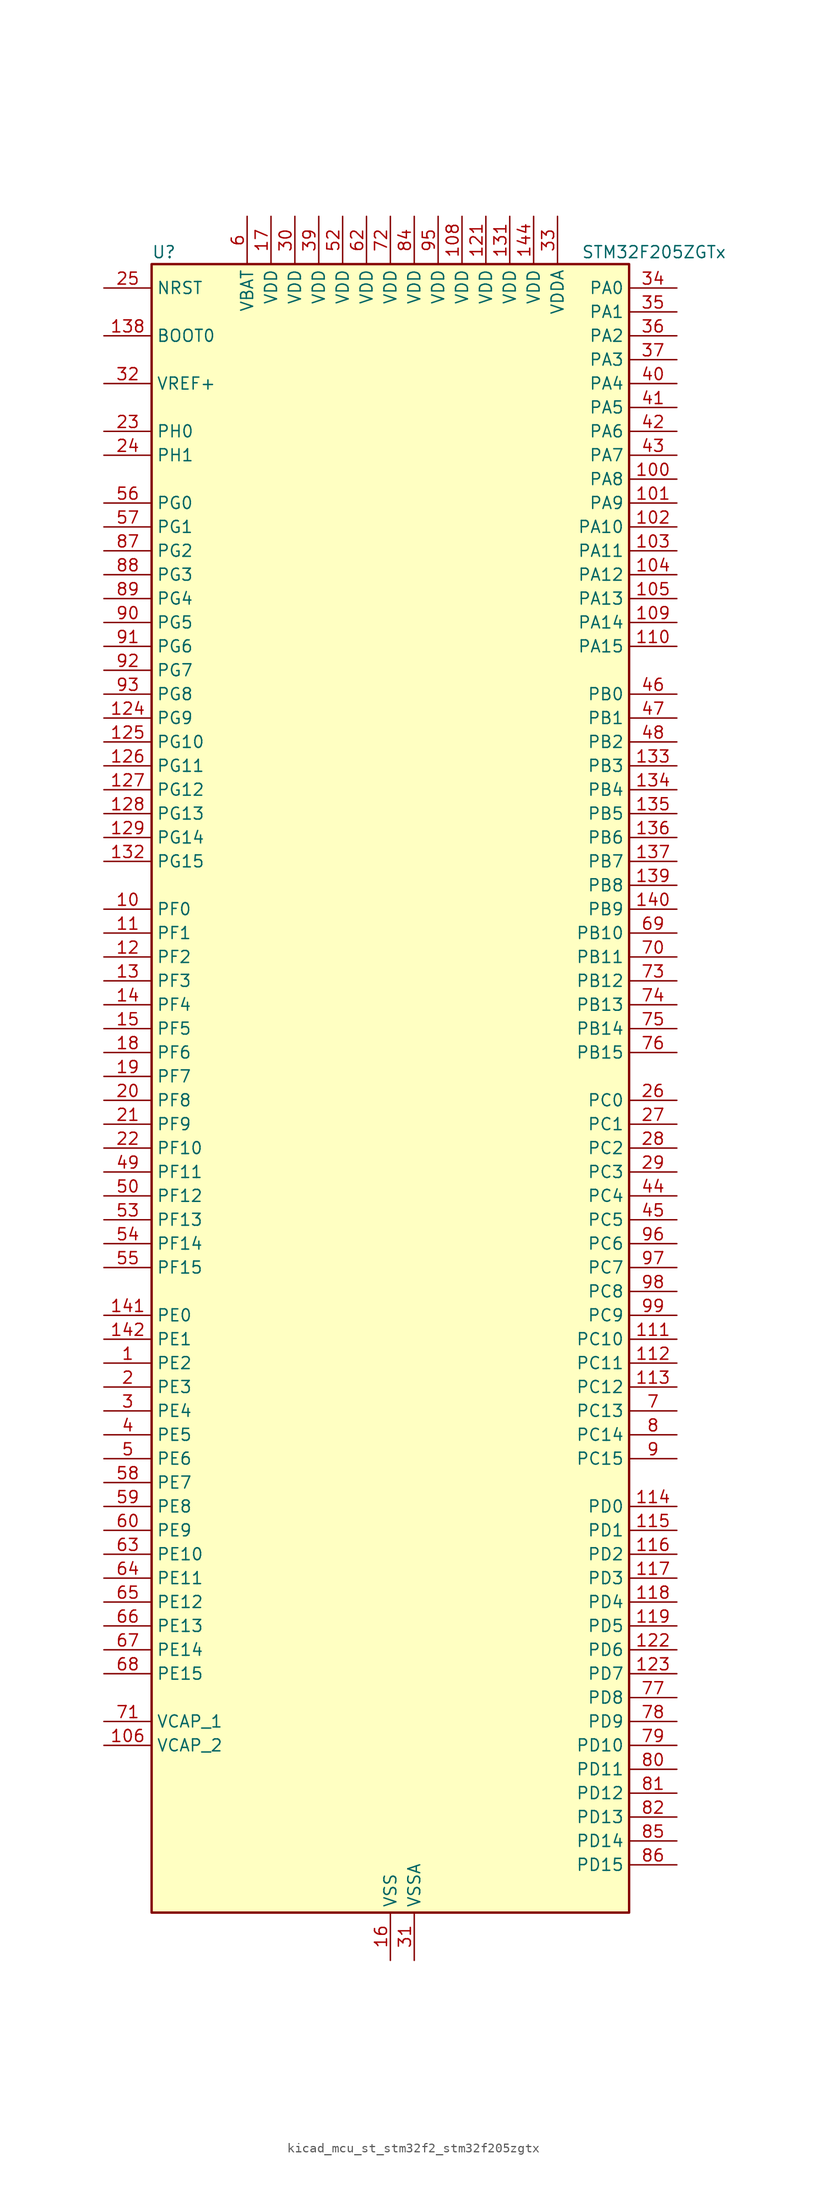
<source format=kicad_sym>
(kicad_symbol_lib
  (version 20220914)
  (generator kicad_symbol_editor)
  (symbol "kicad_mcu_st_stm32f2_stm32f205zgtx"
    (property "Reference" "U"
      (at -25.4 90.17 0)
      (effects (font (size 1.27 1.27)) (justify left)))
    (property "Value" "STM32F205ZGTx"
      (at 20.32 90.17 0)
      (effects (font (size 1.27 1.27)) (justify left)))
    (property "ki_locked" ""
      (at 0 0 0)
      (effects (font (size 1.27 1.27))))
    (symbol "kicad_mcu_st_stm32f2_stm32f205zgtx_0_1"
      (rectangle (start -25.4 -86.36) (end 25.4 88.9) (stroke (width 0.254) (type default)) (fill (type background))))
    (symbol "kicad_mcu_st_stm32f2_stm32f205zgtx_1_1"
      (pin bidirectional line (at -30.48 -27.94 0) (length 5.08) (name "PE2" (effects (font (size 1.27 1.27)))) (number "1" (effects (font (size 1.27 1.27)))) (alternate "FSMC_A23" bidirectional line) (alternate "SYS_TRACECLK" bidirectional line))
      (pin bidirectional line (at -30.48 20.32 0) (length 5.08) (name "PF0" (effects (font (size 1.27 1.27)))) (number "10" (effects (font (size 1.27 1.27)))) (alternate "FSMC_A0" bidirectional line) (alternate "I2C2_SDA" bidirectional line))
      (pin bidirectional line (at 30.48 66.04 180) (length 5.08) (name "PA8" (effects (font (size 1.27 1.27)))) (number "100" (effects (font (size 1.27 1.27)))) (alternate "I2C3_SCL" bidirectional line) (alternate "RCC_MCO_1" bidirectional line) (alternate "TIM1_CH1" bidirectional line) (alternate "USART1_CK" bidirectional line) (alternate "USB_OTG_FS_SOF" bidirectional line))
      (pin bidirectional line (at 30.48 63.5 180) (length 5.08) (name "PA9" (effects (font (size 1.27 1.27)))) (number "101" (effects (font (size 1.27 1.27)))) (alternate "DAC_EXTI9" bidirectional line) (alternate "I2C3_SMBA" bidirectional line) (alternate "TIM1_CH2" bidirectional line) (alternate "USART1_TX" bidirectional line) (alternate "USB_OTG_FS_VBUS" bidirectional line))
      (pin bidirectional line (at 30.48 60.96 180) (length 5.08) (name "PA10" (effects (font (size 1.27 1.27)))) (number "102" (effects (font (size 1.27 1.27)))) (alternate "TIM1_CH3" bidirectional line) (alternate "USART1_RX" bidirectional line) (alternate "USB_OTG_FS_ID" bidirectional line))
      (pin bidirectional line (at 30.48 58.42 180) (length 5.08) (name "PA11" (effects (font (size 1.27 1.27)))) (number "103" (effects (font (size 1.27 1.27)))) (alternate "ADC1_EXTI11" bidirectional line) (alternate "ADC2_EXTI11" bidirectional line) (alternate "ADC3_EXTI11" bidirectional line) (alternate "CAN1_RX" bidirectional line) (alternate "TIM1_CH4" bidirectional line) (alternate "USART1_CTS" bidirectional line) (alternate "USB_OTG_FS_DM" bidirectional line))
      (pin bidirectional line (at 30.48 55.88 180) (length 5.08) (name "PA12" (effects (font (size 1.27 1.27)))) (number "104" (effects (font (size 1.27 1.27)))) (alternate "CAN1_TX" bidirectional line) (alternate "TIM1_ETR" bidirectional line) (alternate "USART1_RTS" bidirectional line) (alternate "USB_OTG_FS_DP" bidirectional line))
      (pin bidirectional line (at 30.48 53.34 180) (length 5.08) (name "PA13" (effects (font (size 1.27 1.27)))) (number "105" (effects (font (size 1.27 1.27)))) (alternate "SYS_JTMS-SWDIO" bidirectional line))
      (pin power_out line (at -30.48 -68.58 0) (length 5.08) (name "VCAP_2" (effects (font (size 1.27 1.27)))) (number "106" (effects (font (size 1.27 1.27)))))
      (pin passive line (at 0 -91.44 90) (length 5.08) hide (name "VSS" (effects (font (size 1.27 1.27)))) (number "107" (effects (font (size 1.27 1.27)))))
      (pin power_in line (at 7.62 93.98 270) (length 5.08) (name "VDD" (effects (font (size 1.27 1.27)))) (number "108" (effects (font (size 1.27 1.27)))))
      (pin bidirectional line (at 30.48 50.8 180) (length 5.08) (name "PA14" (effects (font (size 1.27 1.27)))) (number "109" (effects (font (size 1.27 1.27)))) (alternate "SYS_JTCK-SWCLK" bidirectional line))
      (pin bidirectional line (at -30.48 17.78 0) (length 5.08) (name "PF1" (effects (font (size 1.27 1.27)))) (number "11" (effects (font (size 1.27 1.27)))) (alternate "FSMC_A1" bidirectional line) (alternate "I2C2_SCL" bidirectional line))
      (pin bidirectional line (at 30.48 48.26 180) (length 5.08) (name "PA15" (effects (font (size 1.27 1.27)))) (number "110" (effects (font (size 1.27 1.27)))) (alternate "ADC1_EXTI15" bidirectional line) (alternate "ADC2_EXTI15" bidirectional line) (alternate "ADC3_EXTI15" bidirectional line) (alternate "I2S3_WS" bidirectional line) (alternate "SPI1_NSS" bidirectional line) (alternate "SPI3_NSS" bidirectional line) (alternate "SYS_JTDI" bidirectional line) (alternate "TIM2_CH1" bidirectional line) (alternate "TIM2_ETR" bidirectional line))
      (pin bidirectional line (at 30.48 -25.4 180) (length 5.08) (name "PC10" (effects (font (size 1.27 1.27)))) (number "111" (effects (font (size 1.27 1.27)))) (alternate "I2S3_SCK" bidirectional line) (alternate "SDIO_D2" bidirectional line) (alternate "SPI3_SCK" bidirectional line) (alternate "UART4_TX" bidirectional line) (alternate "USART3_TX" bidirectional line))
      (pin bidirectional line (at 30.48 -27.94 180) (length 5.08) (name "PC11" (effects (font (size 1.27 1.27)))) (number "112" (effects (font (size 1.27 1.27)))) (alternate "ADC1_EXTI11" bidirectional line) (alternate "ADC2_EXTI11" bidirectional line) (alternate "ADC3_EXTI11" bidirectional line) (alternate "SDIO_D3" bidirectional line) (alternate "SPI3_MISO" bidirectional line) (alternate "UART4_RX" bidirectional line) (alternate "USART3_RX" bidirectional line))
      (pin bidirectional line (at 30.48 -30.48 180) (length 5.08) (name "PC12" (effects (font (size 1.27 1.27)))) (number "113" (effects (font (size 1.27 1.27)))) (alternate "I2S3_SD" bidirectional line) (alternate "SDIO_CK" bidirectional line) (alternate "SPI3_MOSI" bidirectional line) (alternate "UART5_TX" bidirectional line) (alternate "USART3_CK" bidirectional line))
      (pin bidirectional line (at 30.48 -43.18 180) (length 5.08) (name "PD0" (effects (font (size 1.27 1.27)))) (number "114" (effects (font (size 1.27 1.27)))) (alternate "CAN1_RX" bidirectional line) (alternate "FSMC_D2" bidirectional line) (alternate "FSMC_DA2" bidirectional line))
      (pin bidirectional line (at 30.48 -45.72 180) (length 5.08) (name "PD1" (effects (font (size 1.27 1.27)))) (number "115" (effects (font (size 1.27 1.27)))) (alternate "CAN1_TX" bidirectional line) (alternate "FSMC_D3" bidirectional line) (alternate "FSMC_DA3" bidirectional line))
      (pin bidirectional line (at 30.48 -48.26 180) (length 5.08) (name "PD2" (effects (font (size 1.27 1.27)))) (number "116" (effects (font (size 1.27 1.27)))) (alternate "SDIO_CMD" bidirectional line) (alternate "TIM3_ETR" bidirectional line) (alternate "UART5_RX" bidirectional line))
      (pin bidirectional line (at 30.48 -50.8 180) (length 5.08) (name "PD3" (effects (font (size 1.27 1.27)))) (number "117" (effects (font (size 1.27 1.27)))) (alternate "FSMC_CLK" bidirectional line) (alternate "USART2_CTS" bidirectional line))
      (pin bidirectional line (at 30.48 -53.34 180) (length 5.08) (name "PD4" (effects (font (size 1.27 1.27)))) (number "118" (effects (font (size 1.27 1.27)))) (alternate "FSMC_NOE" bidirectional line) (alternate "USART2_RTS" bidirectional line))
      (pin bidirectional line (at 30.48 -55.88 180) (length 5.08) (name "PD5" (effects (font (size 1.27 1.27)))) (number "119" (effects (font (size 1.27 1.27)))) (alternate "FSMC_NWE" bidirectional line) (alternate "USART2_TX" bidirectional line))
      (pin bidirectional line (at -30.48 15.24 0) (length 5.08) (name "PF2" (effects (font (size 1.27 1.27)))) (number "12" (effects (font (size 1.27 1.27)))) (alternate "FSMC_A2" bidirectional line) (alternate "I2C2_SMBA" bidirectional line))
      (pin passive line (at 0 -91.44 90) (length 5.08) hide (name "VSS" (effects (font (size 1.27 1.27)))) (number "120" (effects (font (size 1.27 1.27)))))
      (pin power_in line (at 10.16 93.98 270) (length 5.08) (name "VDD" (effects (font (size 1.27 1.27)))) (number "121" (effects (font (size 1.27 1.27)))))
      (pin bidirectional line (at 30.48 -58.42 180) (length 5.08) (name "PD6" (effects (font (size 1.27 1.27)))) (number "122" (effects (font (size 1.27 1.27)))) (alternate "FSMC_NWAIT" bidirectional line) (alternate "USART2_RX" bidirectional line))
      (pin bidirectional line (at 30.48 -60.96 180) (length 5.08) (name "PD7" (effects (font (size 1.27 1.27)))) (number "123" (effects (font (size 1.27 1.27)))) (alternate "FSMC_NCE2" bidirectional line) (alternate "FSMC_NE1" bidirectional line) (alternate "USART2_CK" bidirectional line))
      (pin bidirectional line (at -30.48 40.64 0) (length 5.08) (name "PG9" (effects (font (size 1.27 1.27)))) (number "124" (effects (font (size 1.27 1.27)))) (alternate "DAC_EXTI9" bidirectional line) (alternate "FSMC_NCE3" bidirectional line) (alternate "FSMC_NE2" bidirectional line) (alternate "USART6_RX" bidirectional line))
      (pin bidirectional line (at -30.48 38.1 0) (length 5.08) (name "PG10" (effects (font (size 1.27 1.27)))) (number "125" (effects (font (size 1.27 1.27)))) (alternate "FSMC_NCE4_1" bidirectional line) (alternate "FSMC_NE3" bidirectional line))
      (pin bidirectional line (at -30.48 35.56 0) (length 5.08) (name "PG11" (effects (font (size 1.27 1.27)))) (number "126" (effects (font (size 1.27 1.27)))) (alternate "ADC1_EXTI11" bidirectional line) (alternate "ADC2_EXTI11" bidirectional line) (alternate "ADC3_EXTI11" bidirectional line) (alternate "FSMC_NCE4_2" bidirectional line))
      (pin bidirectional line (at -30.48 33.02 0) (length 5.08) (name "PG12" (effects (font (size 1.27 1.27)))) (number "127" (effects (font (size 1.27 1.27)))) (alternate "FSMC_NE4" bidirectional line) (alternate "USART6_RTS" bidirectional line))
      (pin bidirectional line (at -30.48 30.48 0) (length 5.08) (name "PG13" (effects (font (size 1.27 1.27)))) (number "128" (effects (font (size 1.27 1.27)))) (alternate "FSMC_A24" bidirectional line) (alternate "USART6_CTS" bidirectional line))
      (pin bidirectional line (at -30.48 27.94 0) (length 5.08) (name "PG14" (effects (font (size 1.27 1.27)))) (number "129" (effects (font (size 1.27 1.27)))) (alternate "FSMC_A25" bidirectional line) (alternate "USART6_TX" bidirectional line))
      (pin bidirectional line (at -30.48 12.7 0) (length 5.08) (name "PF3" (effects (font (size 1.27 1.27)))) (number "13" (effects (font (size 1.27 1.27)))) (alternate "ADC3_IN9" bidirectional line) (alternate "FSMC_A3" bidirectional line))
      (pin passive line (at 0 -91.44 90) (length 5.08) hide (name "VSS" (effects (font (size 1.27 1.27)))) (number "130" (effects (font (size 1.27 1.27)))))
      (pin power_in line (at 12.7 93.98 270) (length 5.08) (name "VDD" (effects (font (size 1.27 1.27)))) (number "131" (effects (font (size 1.27 1.27)))))
      (pin bidirectional line (at -30.48 25.4 0) (length 5.08) (name "PG15" (effects (font (size 1.27 1.27)))) (number "132" (effects (font (size 1.27 1.27)))) (alternate "ADC1_EXTI15" bidirectional line) (alternate "ADC2_EXTI15" bidirectional line) (alternate "ADC3_EXTI15" bidirectional line) (alternate "USART6_CTS" bidirectional line))
      (pin bidirectional line (at 30.48 35.56 180) (length 5.08) (name "PB3" (effects (font (size 1.27 1.27)))) (number "133" (effects (font (size 1.27 1.27)))) (alternate "I2S3_SCK" bidirectional line) (alternate "SPI1_SCK" bidirectional line) (alternate "SPI3_SCK" bidirectional line) (alternate "SYS_JTDO-SWO" bidirectional line) (alternate "TIM2_CH2" bidirectional line))
      (pin bidirectional line (at 30.48 33.02 180) (length 5.08) (name "PB4" (effects (font (size 1.27 1.27)))) (number "134" (effects (font (size 1.27 1.27)))) (alternate "SPI1_MISO" bidirectional line) (alternate "SPI3_MISO" bidirectional line) (alternate "SYS_JTRST" bidirectional line) (alternate "TIM3_CH1" bidirectional line))
      (pin bidirectional line (at 30.48 30.48 180) (length 5.08) (name "PB5" (effects (font (size 1.27 1.27)))) (number "135" (effects (font (size 1.27 1.27)))) (alternate "CAN2_RX" bidirectional line) (alternate "I2C1_SMBA" bidirectional line) (alternate "I2S3_SD" bidirectional line) (alternate "SPI1_MOSI" bidirectional line) (alternate "SPI3_MOSI" bidirectional line) (alternate "TIM3_CH2" bidirectional line) (alternate "USB_OTG_HS_ULPI_D7" bidirectional line))
      (pin bidirectional line (at 30.48 27.94 180) (length 5.08) (name "PB6" (effects (font (size 1.27 1.27)))) (number "136" (effects (font (size 1.27 1.27)))) (alternate "CAN2_TX" bidirectional line) (alternate "I2C1_SCL" bidirectional line) (alternate "TIM4_CH1" bidirectional line) (alternate "USART1_TX" bidirectional line))
      (pin bidirectional line (at 30.48 25.4 180) (length 5.08) (name "PB7" (effects (font (size 1.27 1.27)))) (number "137" (effects (font (size 1.27 1.27)))) (alternate "FSMC_NL" bidirectional line) (alternate "I2C1_SDA" bidirectional line) (alternate "TIM4_CH2" bidirectional line) (alternate "USART1_RX" bidirectional line))
      (pin input line (at -30.48 81.28 0) (length 5.08) (name "BOOT0" (effects (font (size 1.27 1.27)))) (number "138" (effects (font (size 1.27 1.27)))))
      (pin bidirectional line (at 30.48 22.86 180) (length 5.08) (name "PB8" (effects (font (size 1.27 1.27)))) (number "139" (effects (font (size 1.27 1.27)))) (alternate "CAN1_RX" bidirectional line) (alternate "I2C1_SCL" bidirectional line) (alternate "SDIO_D4" bidirectional line) (alternate "TIM10_CH1" bidirectional line) (alternate "TIM4_CH3" bidirectional line))
      (pin bidirectional line (at -30.48 10.16 0) (length 5.08) (name "PF4" (effects (font (size 1.27 1.27)))) (number "14" (effects (font (size 1.27 1.27)))) (alternate "ADC3_IN14" bidirectional line) (alternate "FSMC_A4" bidirectional line))
      (pin bidirectional line (at 30.48 20.32 180) (length 5.08) (name "PB9" (effects (font (size 1.27 1.27)))) (number "140" (effects (font (size 1.27 1.27)))) (alternate "CAN1_TX" bidirectional line) (alternate "DAC_EXTI9" bidirectional line) (alternate "I2C1_SDA" bidirectional line) (alternate "I2S2_WS" bidirectional line) (alternate "SDIO_D5" bidirectional line) (alternate "SPI2_NSS" bidirectional line) (alternate "TIM11_CH1" bidirectional line) (alternate "TIM4_CH4" bidirectional line))
      (pin bidirectional line (at -30.48 -22.86 0) (length 5.08) (name "PE0" (effects (font (size 1.27 1.27)))) (number "141" (effects (font (size 1.27 1.27)))) (alternate "FSMC_NBL0" bidirectional line) (alternate "TIM4_ETR" bidirectional line))
      (pin bidirectional line (at -30.48 -25.4 0) (length 5.08) (name "PE1" (effects (font (size 1.27 1.27)))) (number "142" (effects (font (size 1.27 1.27)))) (alternate "FSMC_NBL1" bidirectional line))
      (pin no_connect line (at -25.4 -86.36 0) (length 5.08) hide (name "RFU" (effects (font (size 1.27 1.27)))) (number "143" (effects (font (size 1.27 1.27)))))
      (pin power_in line (at 15.24 93.98 270) (length 5.08) (name "VDD" (effects (font (size 1.27 1.27)))) (number "144" (effects (font (size 1.27 1.27)))))
      (pin bidirectional line (at -30.48 7.62 0) (length 5.08) (name "PF5" (effects (font (size 1.27 1.27)))) (number "15" (effects (font (size 1.27 1.27)))) (alternate "ADC3_IN15" bidirectional line) (alternate "FSMC_A5" bidirectional line))
      (pin power_in line (at 0 -91.44 90) (length 5.08) (name "VSS" (effects (font (size 1.27 1.27)))) (number "16" (effects (font (size 1.27 1.27)))))
      (pin power_in line (at -12.7 93.98 270) (length 5.08) (name "VDD" (effects (font (size 1.27 1.27)))) (number "17" (effects (font (size 1.27 1.27)))))
      (pin bidirectional line (at -30.48 5.08 0) (length 5.08) (name "PF6" (effects (font (size 1.27 1.27)))) (number "18" (effects (font (size 1.27 1.27)))) (alternate "ADC3_IN4" bidirectional line) (alternate "FSMC_NIORD" bidirectional line) (alternate "TIM10_CH1" bidirectional line))
      (pin bidirectional line (at -30.48 2.54 0) (length 5.08) (name "PF7" (effects (font (size 1.27 1.27)))) (number "19" (effects (font (size 1.27 1.27)))) (alternate "ADC3_IN5" bidirectional line) (alternate "FSMC_NREG" bidirectional line) (alternate "TIM11_CH1" bidirectional line))
      (pin bidirectional line (at -30.48 -30.48 0) (length 5.08) (name "PE3" (effects (font (size 1.27 1.27)))) (number "2" (effects (font (size 1.27 1.27)))) (alternate "FSMC_A19" bidirectional line) (alternate "SYS_TRACED0" bidirectional line))
      (pin bidirectional line (at -30.48 0 0) (length 5.08) (name "PF8" (effects (font (size 1.27 1.27)))) (number "20" (effects (font (size 1.27 1.27)))) (alternate "ADC3_IN6" bidirectional line) (alternate "FSMC_NIOWR" bidirectional line) (alternate "TIM13_CH1" bidirectional line))
      (pin bidirectional line (at -30.48 -2.54 0) (length 5.08) (name "PF9" (effects (font (size 1.27 1.27)))) (number "21" (effects (font (size 1.27 1.27)))) (alternate "ADC3_IN7" bidirectional line) (alternate "DAC_EXTI9" bidirectional line) (alternate "FSMC_CD" bidirectional line) (alternate "TIM14_CH1" bidirectional line))
      (pin bidirectional line (at -30.48 -5.08 0) (length 5.08) (name "PF10" (effects (font (size 1.27 1.27)))) (number "22" (effects (font (size 1.27 1.27)))) (alternate "ADC3_IN8" bidirectional line) (alternate "FSMC_INTR" bidirectional line))
      (pin bidirectional line (at -30.48 71.12 0) (length 5.08) (name "PH0" (effects (font (size 1.27 1.27)))) (number "23" (effects (font (size 1.27 1.27)))) (alternate "RCC_OSC_IN" bidirectional line))
      (pin bidirectional line (at -30.48 68.58 0) (length 5.08) (name "PH1" (effects (font (size 1.27 1.27)))) (number "24" (effects (font (size 1.27 1.27)))) (alternate "RCC_OSC_OUT" bidirectional line))
      (pin input line (at -30.48 86.36 0) (length 5.08) (name "NRST" (effects (font (size 1.27 1.27)))) (number "25" (effects (font (size 1.27 1.27)))))
      (pin bidirectional line (at 30.48 0 180) (length 5.08) (name "PC0" (effects (font (size 1.27 1.27)))) (number "26" (effects (font (size 1.27 1.27)))) (alternate "ADC1_IN10" bidirectional line) (alternate "ADC2_IN10" bidirectional line) (alternate "ADC3_IN10" bidirectional line) (alternate "USB_OTG_HS_ULPI_STP" bidirectional line))
      (pin bidirectional line (at 30.48 -2.54 180) (length 5.08) (name "PC1" (effects (font (size 1.27 1.27)))) (number "27" (effects (font (size 1.27 1.27)))) (alternate "ADC1_IN11" bidirectional line) (alternate "ADC2_IN11" bidirectional line) (alternate "ADC3_IN11" bidirectional line))
      (pin bidirectional line (at 30.48 -5.08 180) (length 5.08) (name "PC2" (effects (font (size 1.27 1.27)))) (number "28" (effects (font (size 1.27 1.27)))) (alternate "ADC1_IN12" bidirectional line) (alternate "ADC2_IN12" bidirectional line) (alternate "ADC3_IN12" bidirectional line) (alternate "SPI2_MISO" bidirectional line) (alternate "USB_OTG_HS_ULPI_DIR" bidirectional line))
      (pin bidirectional line (at 30.48 -7.62 180) (length 5.08) (name "PC3" (effects (font (size 1.27 1.27)))) (number "29" (effects (font (size 1.27 1.27)))) (alternate "ADC1_IN13" bidirectional line) (alternate "ADC2_IN13" bidirectional line) (alternate "ADC3_IN13" bidirectional line) (alternate "I2S2_SD" bidirectional line) (alternate "SPI2_MOSI" bidirectional line) (alternate "USB_OTG_HS_ULPI_NXT" bidirectional line))
      (pin bidirectional line (at -30.48 -33.02 0) (length 5.08) (name "PE4" (effects (font (size 1.27 1.27)))) (number "3" (effects (font (size 1.27 1.27)))) (alternate "FSMC_A20" bidirectional line) (alternate "SYS_TRACED1" bidirectional line))
      (pin power_in line (at -10.16 93.98 270) (length 5.08) (name "VDD" (effects (font (size 1.27 1.27)))) (number "30" (effects (font (size 1.27 1.27)))))
      (pin power_in line (at 2.54 -91.44 90) (length 5.08) (name "VSSA" (effects (font (size 1.27 1.27)))) (number "31" (effects (font (size 1.27 1.27)))))
      (pin input line (at -30.48 76.2 0) (length 5.08) (name "VREF+" (effects (font (size 1.27 1.27)))) (number "32" (effects (font (size 1.27 1.27)))))
      (pin power_in line (at 17.78 93.98 270) (length 5.08) (name "VDDA" (effects (font (size 1.27 1.27)))) (number "33" (effects (font (size 1.27 1.27)))))
      (pin bidirectional line (at 30.48 86.36 180) (length 5.08) (name "PA0" (effects (font (size 1.27 1.27)))) (number "34" (effects (font (size 1.27 1.27)))) (alternate "ADC1_IN0" bidirectional line) (alternate "ADC2_IN0" bidirectional line) (alternate "ADC3_IN0" bidirectional line) (alternate "SYS_WKUP" bidirectional line) (alternate "TIM2_CH1" bidirectional line) (alternate "TIM2_ETR" bidirectional line) (alternate "TIM5_CH1" bidirectional line) (alternate "TIM8_ETR" bidirectional line) (alternate "UART4_TX" bidirectional line) (alternate "USART2_CTS" bidirectional line))
      (pin bidirectional line (at 30.48 83.82 180) (length 5.08) (name "PA1" (effects (font (size 1.27 1.27)))) (number "35" (effects (font (size 1.27 1.27)))) (alternate "ADC1_IN1" bidirectional line) (alternate "ADC2_IN1" bidirectional line) (alternate "ADC3_IN1" bidirectional line) (alternate "TIM2_CH2" bidirectional line) (alternate "TIM5_CH2" bidirectional line) (alternate "UART4_RX" bidirectional line) (alternate "USART2_RTS" bidirectional line))
      (pin bidirectional line (at 30.48 81.28 180) (length 5.08) (name "PA2" (effects (font (size 1.27 1.27)))) (number "36" (effects (font (size 1.27 1.27)))) (alternate "ADC1_IN2" bidirectional line) (alternate "ADC2_IN2" bidirectional line) (alternate "ADC3_IN2" bidirectional line) (alternate "TIM2_CH3" bidirectional line) (alternate "TIM5_CH3" bidirectional line) (alternate "TIM9_CH1" bidirectional line) (alternate "USART2_TX" bidirectional line))
      (pin bidirectional line (at 30.48 78.74 180) (length 5.08) (name "PA3" (effects (font (size 1.27 1.27)))) (number "37" (effects (font (size 1.27 1.27)))) (alternate "ADC1_IN3" bidirectional line) (alternate "ADC2_IN3" bidirectional line) (alternate "ADC3_IN3" bidirectional line) (alternate "TIM2_CH4" bidirectional line) (alternate "TIM5_CH4" bidirectional line) (alternate "TIM9_CH2" bidirectional line) (alternate "USART2_RX" bidirectional line) (alternate "USB_OTG_HS_ULPI_D0" bidirectional line))
      (pin passive line (at 0 -91.44 90) (length 5.08) hide (name "VSS" (effects (font (size 1.27 1.27)))) (number "38" (effects (font (size 1.27 1.27)))))
      (pin power_in line (at -7.62 93.98 270) (length 5.08) (name "VDD" (effects (font (size 1.27 1.27)))) (number "39" (effects (font (size 1.27 1.27)))))
      (pin bidirectional line (at -30.48 -35.56 0) (length 5.08) (name "PE5" (effects (font (size 1.27 1.27)))) (number "4" (effects (font (size 1.27 1.27)))) (alternate "FSMC_A21" bidirectional line) (alternate "SYS_TRACED2" bidirectional line) (alternate "TIM9_CH1" bidirectional line))
      (pin bidirectional line (at 30.48 76.2 180) (length 5.08) (name "PA4" (effects (font (size 1.27 1.27)))) (number "40" (effects (font (size 1.27 1.27)))) (alternate "ADC1_IN4" bidirectional line) (alternate "ADC2_IN4" bidirectional line) (alternate "DAC_OUT1" bidirectional line) (alternate "I2S3_WS" bidirectional line) (alternate "SPI1_NSS" bidirectional line) (alternate "SPI3_NSS" bidirectional line) (alternate "USART2_CK" bidirectional line) (alternate "USB_OTG_HS_SOF" bidirectional line))
      (pin bidirectional line (at 30.48 73.66 180) (length 5.08) (name "PA5" (effects (font (size 1.27 1.27)))) (number "41" (effects (font (size 1.27 1.27)))) (alternate "ADC1_IN5" bidirectional line) (alternate "ADC2_IN5" bidirectional line) (alternate "DAC_OUT2" bidirectional line) (alternate "SPI1_SCK" bidirectional line) (alternate "TIM2_CH1" bidirectional line) (alternate "TIM2_ETR" bidirectional line) (alternate "TIM8_CH1N" bidirectional line) (alternate "USB_OTG_HS_ULPI_CK" bidirectional line))
      (pin bidirectional line (at 30.48 71.12 180) (length 5.08) (name "PA6" (effects (font (size 1.27 1.27)))) (number "42" (effects (font (size 1.27 1.27)))) (alternate "ADC1_IN6" bidirectional line) (alternate "ADC2_IN6" bidirectional line) (alternate "SPI1_MISO" bidirectional line) (alternate "TIM13_CH1" bidirectional line) (alternate "TIM1_BKIN" bidirectional line) (alternate "TIM3_CH1" bidirectional line) (alternate "TIM8_BKIN" bidirectional line))
      (pin bidirectional line (at 30.48 68.58 180) (length 5.08) (name "PA7" (effects (font (size 1.27 1.27)))) (number "43" (effects (font (size 1.27 1.27)))) (alternate "ADC1_IN7" bidirectional line) (alternate "ADC2_IN7" bidirectional line) (alternate "SPI1_MOSI" bidirectional line) (alternate "TIM14_CH1" bidirectional line) (alternate "TIM1_CH1N" bidirectional line) (alternate "TIM3_CH2" bidirectional line) (alternate "TIM8_CH1N" bidirectional line))
      (pin bidirectional line (at 30.48 -10.16 180) (length 5.08) (name "PC4" (effects (font (size 1.27 1.27)))) (number "44" (effects (font (size 1.27 1.27)))) (alternate "ADC1_IN14" bidirectional line) (alternate "ADC2_IN14" bidirectional line))
      (pin bidirectional line (at 30.48 -12.7 180) (length 5.08) (name "PC5" (effects (font (size 1.27 1.27)))) (number "45" (effects (font (size 1.27 1.27)))) (alternate "ADC1_IN15" bidirectional line) (alternate "ADC2_IN15" bidirectional line))
      (pin bidirectional line (at 30.48 43.18 180) (length 5.08) (name "PB0" (effects (font (size 1.27 1.27)))) (number "46" (effects (font (size 1.27 1.27)))) (alternate "ADC1_IN8" bidirectional line) (alternate "ADC2_IN8" bidirectional line) (alternate "TIM1_CH2N" bidirectional line) (alternate "TIM3_CH3" bidirectional line) (alternate "TIM8_CH2N" bidirectional line) (alternate "USB_OTG_HS_ULPI_D1" bidirectional line))
      (pin bidirectional line (at 30.48 40.64 180) (length 5.08) (name "PB1" (effects (font (size 1.27 1.27)))) (number "47" (effects (font (size 1.27 1.27)))) (alternate "ADC1_IN9" bidirectional line) (alternate "ADC2_IN9" bidirectional line) (alternate "TIM1_CH3N" bidirectional line) (alternate "TIM3_CH4" bidirectional line) (alternate "TIM8_CH3N" bidirectional line) (alternate "USB_OTG_HS_ULPI_D2" bidirectional line))
      (pin bidirectional line (at 30.48 38.1 180) (length 5.08) (name "PB2" (effects (font (size 1.27 1.27)))) (number "48" (effects (font (size 1.27 1.27)))))
      (pin bidirectional line (at -30.48 -7.62 0) (length 5.08) (name "PF11" (effects (font (size 1.27 1.27)))) (number "49" (effects (font (size 1.27 1.27)))) (alternate "ADC1_EXTI11" bidirectional line) (alternate "ADC2_EXTI11" bidirectional line) (alternate "ADC3_EXTI11" bidirectional line))
      (pin bidirectional line (at -30.48 -38.1 0) (length 5.08) (name "PE6" (effects (font (size 1.27 1.27)))) (number "5" (effects (font (size 1.27 1.27)))) (alternate "FSMC_A22" bidirectional line) (alternate "SYS_TRACED3" bidirectional line) (alternate "TIM9_CH2" bidirectional line))
      (pin bidirectional line (at -30.48 -10.16 0) (length 5.08) (name "PF12" (effects (font (size 1.27 1.27)))) (number "50" (effects (font (size 1.27 1.27)))) (alternate "FSMC_A6" bidirectional line))
      (pin passive line (at 0 -91.44 90) (length 5.08) hide (name "VSS" (effects (font (size 1.27 1.27)))) (number "51" (effects (font (size 1.27 1.27)))))
      (pin power_in line (at -5.08 93.98 270) (length 5.08) (name "VDD" (effects (font (size 1.27 1.27)))) (number "52" (effects (font (size 1.27 1.27)))))
      (pin bidirectional line (at -30.48 -12.7 0) (length 5.08) (name "PF13" (effects (font (size 1.27 1.27)))) (number "53" (effects (font (size 1.27 1.27)))) (alternate "FSMC_A7" bidirectional line))
      (pin bidirectional line (at -30.48 -15.24 0) (length 5.08) (name "PF14" (effects (font (size 1.27 1.27)))) (number "54" (effects (font (size 1.27 1.27)))) (alternate "FSMC_A8" bidirectional line))
      (pin bidirectional line (at -30.48 -17.78 0) (length 5.08) (name "PF15" (effects (font (size 1.27 1.27)))) (number "55" (effects (font (size 1.27 1.27)))) (alternate "ADC1_EXTI15" bidirectional line) (alternate "ADC2_EXTI15" bidirectional line) (alternate "ADC3_EXTI15" bidirectional line) (alternate "FSMC_A9" bidirectional line))
      (pin bidirectional line (at -30.48 63.5 0) (length 5.08) (name "PG0" (effects (font (size 1.27 1.27)))) (number "56" (effects (font (size 1.27 1.27)))) (alternate "FSMC_A10" bidirectional line))
      (pin bidirectional line (at -30.48 60.96 0) (length 5.08) (name "PG1" (effects (font (size 1.27 1.27)))) (number "57" (effects (font (size 1.27 1.27)))) (alternate "FSMC_A11" bidirectional line))
      (pin bidirectional line (at -30.48 -40.64 0) (length 5.08) (name "PE7" (effects (font (size 1.27 1.27)))) (number "58" (effects (font (size 1.27 1.27)))) (alternate "FSMC_D4" bidirectional line) (alternate "FSMC_DA4" bidirectional line) (alternate "TIM1_ETR" bidirectional line))
      (pin bidirectional line (at -30.48 -43.18 0) (length 5.08) (name "PE8" (effects (font (size 1.27 1.27)))) (number "59" (effects (font (size 1.27 1.27)))) (alternate "FSMC_D5" bidirectional line) (alternate "FSMC_DA5" bidirectional line) (alternate "TIM1_CH1N" bidirectional line))
      (pin power_in line (at -15.24 93.98 270) (length 5.08) (name "VBAT" (effects (font (size 1.27 1.27)))) (number "6" (effects (font (size 1.27 1.27)))))
      (pin bidirectional line (at -30.48 -45.72 0) (length 5.08) (name "PE9" (effects (font (size 1.27 1.27)))) (number "60" (effects (font (size 1.27 1.27)))) (alternate "DAC_EXTI9" bidirectional line) (alternate "FSMC_D6" bidirectional line) (alternate "FSMC_DA6" bidirectional line) (alternate "TIM1_CH1" bidirectional line))
      (pin passive line (at 0 -91.44 90) (length 5.08) hide (name "VSS" (effects (font (size 1.27 1.27)))) (number "61" (effects (font (size 1.27 1.27)))))
      (pin power_in line (at -2.54 93.98 270) (length 5.08) (name "VDD" (effects (font (size 1.27 1.27)))) (number "62" (effects (font (size 1.27 1.27)))))
      (pin bidirectional line (at -30.48 -48.26 0) (length 5.08) (name "PE10" (effects (font (size 1.27 1.27)))) (number "63" (effects (font (size 1.27 1.27)))) (alternate "FSMC_D7" bidirectional line) (alternate "FSMC_DA7" bidirectional line) (alternate "TIM1_CH2N" bidirectional line))
      (pin bidirectional line (at -30.48 -50.8 0) (length 5.08) (name "PE11" (effects (font (size 1.27 1.27)))) (number "64" (effects (font (size 1.27 1.27)))) (alternate "ADC1_EXTI11" bidirectional line) (alternate "ADC2_EXTI11" bidirectional line) (alternate "ADC3_EXTI11" bidirectional line) (alternate "FSMC_D8" bidirectional line) (alternate "FSMC_DA8" bidirectional line) (alternate "TIM1_CH2" bidirectional line))
      (pin bidirectional line (at -30.48 -53.34 0) (length 5.08) (name "PE12" (effects (font (size 1.27 1.27)))) (number "65" (effects (font (size 1.27 1.27)))) (alternate "FSMC_D9" bidirectional line) (alternate "FSMC_DA9" bidirectional line) (alternate "TIM1_CH3N" bidirectional line))
      (pin bidirectional line (at -30.48 -55.88 0) (length 5.08) (name "PE13" (effects (font (size 1.27 1.27)))) (number "66" (effects (font (size 1.27 1.27)))) (alternate "FSMC_D10" bidirectional line) (alternate "FSMC_DA10" bidirectional line) (alternate "TIM1_CH3" bidirectional line))
      (pin bidirectional line (at -30.48 -58.42 0) (length 5.08) (name "PE14" (effects (font (size 1.27 1.27)))) (number "67" (effects (font (size 1.27 1.27)))) (alternate "FSMC_D11" bidirectional line) (alternate "FSMC_DA11" bidirectional line) (alternate "TIM1_CH4" bidirectional line))
      (pin bidirectional line (at -30.48 -60.96 0) (length 5.08) (name "PE15" (effects (font (size 1.27 1.27)))) (number "68" (effects (font (size 1.27 1.27)))) (alternate "ADC1_EXTI15" bidirectional line) (alternate "ADC2_EXTI15" bidirectional line) (alternate "ADC3_EXTI15" bidirectional line) (alternate "FSMC_D12" bidirectional line) (alternate "FSMC_DA12" bidirectional line) (alternate "TIM1_BKIN" bidirectional line))
      (pin bidirectional line (at 30.48 17.78 180) (length 5.08) (name "PB10" (effects (font (size 1.27 1.27)))) (number "69" (effects (font (size 1.27 1.27)))) (alternate "I2C2_SCL" bidirectional line) (alternate "I2S2_SCK" bidirectional line) (alternate "SPI2_SCK" bidirectional line) (alternate "TIM2_CH3" bidirectional line) (alternate "USART3_TX" bidirectional line) (alternate "USB_OTG_HS_ULPI_D3" bidirectional line))
      (pin bidirectional line (at 30.48 -33.02 180) (length 5.08) (name "PC13" (effects (font (size 1.27 1.27)))) (number "7" (effects (font (size 1.27 1.27)))) (alternate "RTC_AF1" bidirectional line))
      (pin bidirectional line (at 30.48 15.24 180) (length 5.08) (name "PB11" (effects (font (size 1.27 1.27)))) (number "70" (effects (font (size 1.27 1.27)))) (alternate "ADC1_EXTI11" bidirectional line) (alternate "ADC2_EXTI11" bidirectional line) (alternate "ADC3_EXTI11" bidirectional line) (alternate "I2C2_SDA" bidirectional line) (alternate "TIM2_CH4" bidirectional line) (alternate "USART3_RX" bidirectional line) (alternate "USB_OTG_HS_ULPI_D4" bidirectional line))
      (pin power_out line (at -30.48 -66.04 0) (length 5.08) (name "VCAP_1" (effects (font (size 1.27 1.27)))) (number "71" (effects (font (size 1.27 1.27)))))
      (pin power_in line (at 0 93.98 270) (length 5.08) (name "VDD" (effects (font (size 1.27 1.27)))) (number "72" (effects (font (size 1.27 1.27)))))
      (pin bidirectional line (at 30.48 12.7 180) (length 5.08) (name "PB12" (effects (font (size 1.27 1.27)))) (number "73" (effects (font (size 1.27 1.27)))) (alternate "CAN2_RX" bidirectional line) (alternate "I2C2_SMBA" bidirectional line) (alternate "I2S2_WS" bidirectional line) (alternate "SPI2_NSS" bidirectional line) (alternate "TIM1_BKIN" bidirectional line) (alternate "USART3_CK" bidirectional line) (alternate "USB_OTG_HS_ID" bidirectional line) (alternate "USB_OTG_HS_ULPI_D5" bidirectional line))
      (pin bidirectional line (at 30.48 10.16 180) (length 5.08) (name "PB13" (effects (font (size 1.27 1.27)))) (number "74" (effects (font (size 1.27 1.27)))) (alternate "CAN2_TX" bidirectional line) (alternate "I2S2_SCK" bidirectional line) (alternate "SPI2_SCK" bidirectional line) (alternate "TIM1_CH1N" bidirectional line) (alternate "USART3_CTS" bidirectional line) (alternate "USB_OTG_HS_ULPI_D6" bidirectional line) (alternate "USB_OTG_HS_VBUS" bidirectional line))
      (pin bidirectional line (at 30.48 7.62 180) (length 5.08) (name "PB14" (effects (font (size 1.27 1.27)))) (number "75" (effects (font (size 1.27 1.27)))) (alternate "SPI2_MISO" bidirectional line) (alternate "TIM12_CH1" bidirectional line) (alternate "TIM1_CH2N" bidirectional line) (alternate "TIM8_CH2N" bidirectional line) (alternate "USART3_RTS" bidirectional line) (alternate "USB_OTG_HS_DM" bidirectional line))
      (pin bidirectional line (at 30.48 5.08 180) (length 5.08) (name "PB15" (effects (font (size 1.27 1.27)))) (number "76" (effects (font (size 1.27 1.27)))) (alternate "ADC1_EXTI15" bidirectional line) (alternate "ADC2_EXTI15" bidirectional line) (alternate "ADC3_EXTI15" bidirectional line) (alternate "I2S2_SD" bidirectional line) (alternate "RTC_REFIN" bidirectional line) (alternate "SPI2_MOSI" bidirectional line) (alternate "TIM12_CH2" bidirectional line) (alternate "TIM1_CH3N" bidirectional line) (alternate "TIM8_CH3N" bidirectional line) (alternate "USB_OTG_HS_DP" bidirectional line))
      (pin bidirectional line (at 30.48 -63.5 180) (length 5.08) (name "PD8" (effects (font (size 1.27 1.27)))) (number "77" (effects (font (size 1.27 1.27)))) (alternate "FSMC_D13" bidirectional line) (alternate "FSMC_DA13" bidirectional line) (alternate "USART3_TX" bidirectional line))
      (pin bidirectional line (at 30.48 -66.04 180) (length 5.08) (name "PD9" (effects (font (size 1.27 1.27)))) (number "78" (effects (font (size 1.27 1.27)))) (alternate "DAC_EXTI9" bidirectional line) (alternate "FSMC_D14" bidirectional line) (alternate "FSMC_DA14" bidirectional line) (alternate "USART3_RX" bidirectional line))
      (pin bidirectional line (at 30.48 -68.58 180) (length 5.08) (name "PD10" (effects (font (size 1.27 1.27)))) (number "79" (effects (font (size 1.27 1.27)))) (alternate "FSMC_D15" bidirectional line) (alternate "FSMC_DA15" bidirectional line) (alternate "USART3_CK" bidirectional line))
      (pin bidirectional line (at 30.48 -35.56 180) (length 5.08) (name "PC14" (effects (font (size 1.27 1.27)))) (number "8" (effects (font (size 1.27 1.27)))) (alternate "RCC_OSC32_IN" bidirectional line))
      (pin bidirectional line (at 30.48 -71.12 180) (length 5.08) (name "PD11" (effects (font (size 1.27 1.27)))) (number "80" (effects (font (size 1.27 1.27)))) (alternate "ADC1_EXTI11" bidirectional line) (alternate "ADC2_EXTI11" bidirectional line) (alternate "ADC3_EXTI11" bidirectional line) (alternate "FSMC_A16" bidirectional line) (alternate "FSMC_CLE" bidirectional line) (alternate "USART3_CTS" bidirectional line))
      (pin bidirectional line (at 30.48 -73.66 180) (length 5.08) (name "PD12" (effects (font (size 1.27 1.27)))) (number "81" (effects (font (size 1.27 1.27)))) (alternate "FSMC_A17" bidirectional line) (alternate "FSMC_ALE" bidirectional line) (alternate "TIM4_CH1" bidirectional line) (alternate "USART3_RTS" bidirectional line))
      (pin bidirectional line (at 30.48 -76.2 180) (length 5.08) (name "PD13" (effects (font (size 1.27 1.27)))) (number "82" (effects (font (size 1.27 1.27)))) (alternate "FSMC_A18" bidirectional line) (alternate "TIM4_CH2" bidirectional line))
      (pin passive line (at 0 -91.44 90) (length 5.08) hide (name "VSS" (effects (font (size 1.27 1.27)))) (number "83" (effects (font (size 1.27 1.27)))))
      (pin power_in line (at 2.54 93.98 270) (length 5.08) (name "VDD" (effects (font (size 1.27 1.27)))) (number "84" (effects (font (size 1.27 1.27)))))
      (pin bidirectional line (at 30.48 -78.74 180) (length 5.08) (name "PD14" (effects (font (size 1.27 1.27)))) (number "85" (effects (font (size 1.27 1.27)))) (alternate "FSMC_D0" bidirectional line) (alternate "FSMC_DA0" bidirectional line) (alternate "TIM4_CH3" bidirectional line))
      (pin bidirectional line (at 30.48 -81.28 180) (length 5.08) (name "PD15" (effects (font (size 1.27 1.27)))) (number "86" (effects (font (size 1.27 1.27)))) (alternate "ADC1_EXTI15" bidirectional line) (alternate "ADC2_EXTI15" bidirectional line) (alternate "ADC3_EXTI15" bidirectional line) (alternate "FSMC_D1" bidirectional line) (alternate "FSMC_DA1" bidirectional line) (alternate "TIM4_CH4" bidirectional line))
      (pin bidirectional line (at -30.48 58.42 0) (length 5.08) (name "PG2" (effects (font (size 1.27 1.27)))) (number "87" (effects (font (size 1.27 1.27)))) (alternate "FSMC_A12" bidirectional line))
      (pin bidirectional line (at -30.48 55.88 0) (length 5.08) (name "PG3" (effects (font (size 1.27 1.27)))) (number "88" (effects (font (size 1.27 1.27)))) (alternate "FSMC_A13" bidirectional line))
      (pin bidirectional line (at -30.48 53.34 0) (length 5.08) (name "PG4" (effects (font (size 1.27 1.27)))) (number "89" (effects (font (size 1.27 1.27)))) (alternate "FSMC_A14" bidirectional line))
      (pin bidirectional line (at 30.48 -38.1 180) (length 5.08) (name "PC15" (effects (font (size 1.27 1.27)))) (number "9" (effects (font (size 1.27 1.27)))) (alternate "ADC1_EXTI15" bidirectional line) (alternate "ADC2_EXTI15" bidirectional line) (alternate "ADC3_EXTI15" bidirectional line) (alternate "RCC_OSC32_OUT" bidirectional line))
      (pin bidirectional line (at -30.48 50.8 0) (length 5.08) (name "PG5" (effects (font (size 1.27 1.27)))) (number "90" (effects (font (size 1.27 1.27)))) (alternate "FSMC_A15" bidirectional line))
      (pin bidirectional line (at -30.48 48.26 0) (length 5.08) (name "PG6" (effects (font (size 1.27 1.27)))) (number "91" (effects (font (size 1.27 1.27)))) (alternate "FSMC_INT2" bidirectional line))
      (pin bidirectional line (at -30.48 45.72 0) (length 5.08) (name "PG7" (effects (font (size 1.27 1.27)))) (number "92" (effects (font (size 1.27 1.27)))) (alternate "FSMC_INT3" bidirectional line) (alternate "USART6_CK" bidirectional line))
      (pin bidirectional line (at -30.48 43.18 0) (length 5.08) (name "PG8" (effects (font (size 1.27 1.27)))) (number "93" (effects (font (size 1.27 1.27)))) (alternate "USART6_RTS" bidirectional line))
      (pin passive line (at 0 -91.44 90) (length 5.08) hide (name "VSS" (effects (font (size 1.27 1.27)))) (number "94" (effects (font (size 1.27 1.27)))))
      (pin power_in line (at 5.08 93.98 270) (length 5.08) (name "VDD" (effects (font (size 1.27 1.27)))) (number "95" (effects (font (size 1.27 1.27)))))
      (pin bidirectional line (at 30.48 -15.24 180) (length 5.08) (name "PC6" (effects (font (size 1.27 1.27)))) (number "96" (effects (font (size 1.27 1.27)))) (alternate "I2S2_MCK" bidirectional line) (alternate "SDIO_D6" bidirectional line) (alternate "TIM3_CH1" bidirectional line) (alternate "TIM8_CH1" bidirectional line) (alternate "USART6_TX" bidirectional line))
      (pin bidirectional line (at 30.48 -17.78 180) (length 5.08) (name "PC7" (effects (font (size 1.27 1.27)))) (number "97" (effects (font (size 1.27 1.27)))) (alternate "I2S3_MCK" bidirectional line) (alternate "SDIO_D7" bidirectional line) (alternate "TIM3_CH2" bidirectional line) (alternate "TIM8_CH2" bidirectional line) (alternate "USART6_RX" bidirectional line))
      (pin bidirectional line (at 30.48 -20.32 180) (length 5.08) (name "PC8" (effects (font (size 1.27 1.27)))) (number "98" (effects (font (size 1.27 1.27)))) (alternate "SDIO_D0" bidirectional line) (alternate "TIM3_CH3" bidirectional line) (alternate "TIM8_CH3" bidirectional line) (alternate "USART6_CK" bidirectional line))
      (pin bidirectional line (at 30.48 -22.86 180) (length 5.08) (name "PC9" (effects (font (size 1.27 1.27)))) (number "99" (effects (font (size 1.27 1.27)))) (alternate "DAC_EXTI9" bidirectional line) (alternate "I2C3_SDA" bidirectional line) (alternate "I2S_CKIN" bidirectional line) (alternate "RCC_MCO_2" bidirectional line) (alternate "SDIO_D1" bidirectional line) (alternate "TIM3_CH4" bidirectional line) (alternate "TIM8_CH4" bidirectional line)))))
</source>
